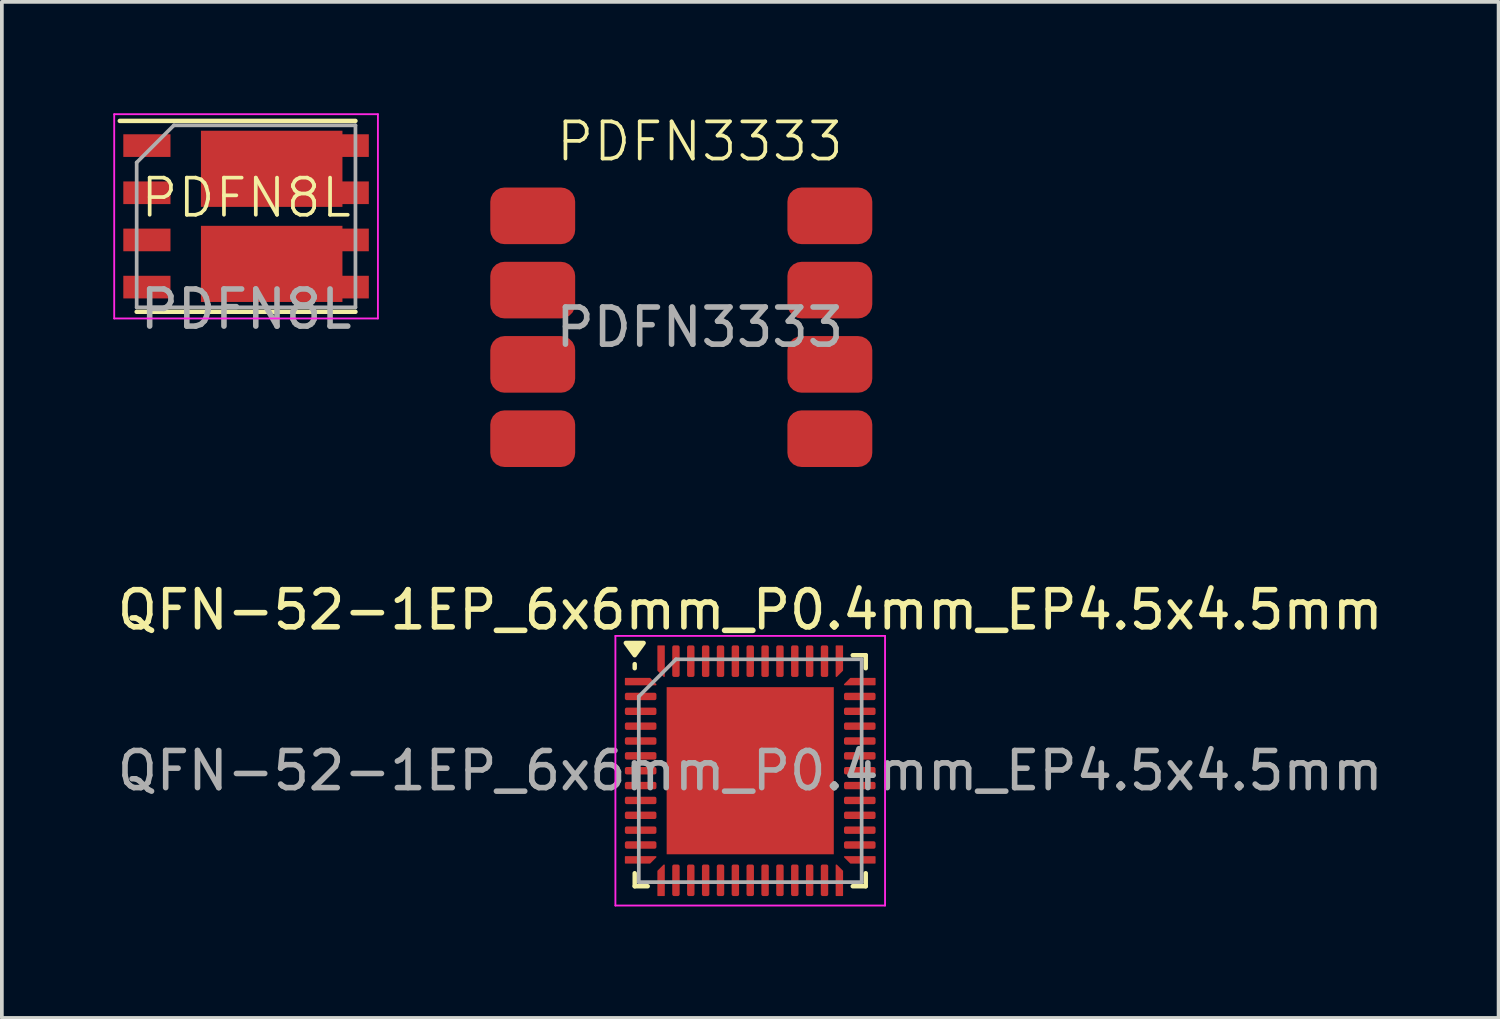
<source format=kicad_pcb>
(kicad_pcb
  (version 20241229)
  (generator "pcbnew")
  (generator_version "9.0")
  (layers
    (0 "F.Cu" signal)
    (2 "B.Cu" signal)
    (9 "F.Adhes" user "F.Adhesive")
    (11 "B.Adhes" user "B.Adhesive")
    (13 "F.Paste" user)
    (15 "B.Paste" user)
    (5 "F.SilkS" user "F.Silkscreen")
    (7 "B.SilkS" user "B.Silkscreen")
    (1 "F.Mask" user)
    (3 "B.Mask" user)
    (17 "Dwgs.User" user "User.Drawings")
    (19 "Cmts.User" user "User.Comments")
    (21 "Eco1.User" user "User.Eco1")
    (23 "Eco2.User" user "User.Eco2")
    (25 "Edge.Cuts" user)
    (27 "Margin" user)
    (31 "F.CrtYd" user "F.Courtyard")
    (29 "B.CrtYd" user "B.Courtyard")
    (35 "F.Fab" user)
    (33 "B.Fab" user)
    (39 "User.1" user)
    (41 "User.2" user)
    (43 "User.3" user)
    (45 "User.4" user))
  (footprint "PDFN8L"
    (layer "F.Cu")
    (at 3.575 2.775)
    (property "Reference" "PDFN8L" (at 0 -0.5 0) (unlocked yes) (layer "F.SilkS") (effects (font (size 1 1) (thickness 0.1))))
    (attr smd)
    (fp_line (start -3.4 -2.57) (end 2.945 -2.57) (stroke (width 0.12) (type solid)) (layer "F.SilkS"))
    (fp_line (start -2.945 2.57) (end 2.945 2.57) (stroke (width 0.12) (type solid)) (layer "F.SilkS"))
    (fp_line (start -3.55 -2.75) (end -3.55 2.75) (stroke (width 0.05) (type solid)) (layer "F.CrtYd"))
    (fp_line (start -3.55 -2.75) (end 3.55 -2.75) (stroke (width 0.05) (type solid)) (layer "F.CrtYd"))
    (fp_line (start -3.55 2.75) (end 3.55 2.75) (stroke (width 0.05) (type solid)) (layer "F.CrtYd"))
    (fp_line (start 3.55 -2.75) (end 3.55 2.75) (stroke (width 0.05) (type solid)) (layer "F.CrtYd"))
    (fp_line (start -2.945 2.45) (end -2.945 -1.45) (stroke (width 0.1) (type solid)) (layer "F.Fab"))
    (fp_line (start -1.945 -2.45) (end -2.945 -1.45) (stroke (width 0.1) (type solid)) (layer "F.Fab"))
    (fp_line (start -1.945 -2.45) (end 2.945 -2.45) (stroke (width 0.1) (type solid)) (layer "F.Fab"))
    (fp_line (start 2.945 -2.45) (end 2.945 2.45) (stroke (width 0.1) (type solid)) (layer "F.Fab"))
    (fp_line (start 2.945 2.45) (end -2.945 2.45) (stroke (width 0.1) (type solid)) (layer "F.Fab"))
    (fp_text user "${REFERENCE}" (at 0 2.5 0) (unlocked yes) (layer "F.Fab") (effects (font (size 1 1) (thickness 0.15))))
    (pad "1" smd rect (at -2.67 -1.905) (size 1.27 0.61) (layers "F.Cu" "F.Mask" "F.Paste"))
    (pad "2" smd rect (at -2.67 -0.635) (size 1.27 0.61) (layers "F.Cu" "F.Mask" "F.Paste"))
    (pad "3" smd rect (at -2.67 0.635) (size 1.27 0.61) (layers "F.Cu" "F.Mask" "F.Paste"))
    (pad "4" smd rect (at -2.67 1.905) (size 1.27 0.61) (layers "F.Cu" "F.Mask" "F.Paste"))
    (pad "5" smd rect (at 0.69 -1.28) (size 3.81 2.05) (layers "F.Cu" "F.Mask" "F.Paste"))
    (pad "5" smd rect (at 2.795 -1.905) (size 1.02 0.61) (layers "F.Cu" "F.Mask" "F.Paste"))
    (pad "5" smd rect (at 2.795 -0.635) (size 1.02 0.61) (layers "F.Cu" "F.Mask" "F.Paste"))
    (pad "6" smd rect (at 0.69 1.28) (size 3.81 2.05) (layers "F.Cu" "F.Mask" "F.Paste"))
    (pad "6" smd rect (at 2.795 0.635) (size 1.02 0.61) (layers "F.Cu" "F.Mask" "F.Paste"))
    (pad "6" smd rect (at 2.795 1.905) (size 1.02 0.61) (layers "F.Cu" "F.Mask" "F.Paste")))
  (footprint "QFN-52-1EP_6x6mm_P0.4mm_EP4.5x4.5mm"
    (layer "F.Cu")
    (at 17.149 17.701)
    (property "Reference" "QFN-52-1EP_6x6mm_P0.4mm_EP4.5x4.5mm" (at 0 -4.33 0) (layer "F.SilkS") (effects (font (size 1 1) (thickness 0.15))))
    (attr smd)
    (fp_line (start -3.11 -2.76) (end -3.11 -2.87) (stroke (width 0.12) (type solid)) (layer "F.SilkS"))
    (fp_line (start -3.11 3.11) (end -3.11 2.76) (stroke (width 0.12) (type solid)) (layer "F.SilkS"))
    (fp_line (start -2.76 3.11) (end -3.11 3.11) (stroke (width 0.12) (type solid)) (layer "F.SilkS"))
    (fp_line (start 2.76 -3.11) (end 3.11 -3.11) (stroke (width 0.12) (type solid)) (layer "F.SilkS"))
    (fp_line (start 2.76 3.11) (end 3.11 3.11) (stroke (width 0.12) (type solid)) (layer "F.SilkS"))
    (fp_line (start 3.11 -3.11) (end 3.11 -2.76) (stroke (width 0.12) (type solid)) (layer "F.SilkS"))
    (fp_line (start 3.11 3.11) (end 3.11 2.76) (stroke (width 0.12) (type solid)) (layer "F.SilkS"))
    (fp_poly (pts (xy -3.11 -3.11) (xy -3.35 -3.44) (xy -2.87 -3.44) (xy -3.11 -3.11)) (stroke (width 0.12) (type solid)) (fill yes) (layer "F.SilkS"))
    (fp_line (start -3.63 -3.63) (end -3.63 3.63) (stroke (width 0.05) (type solid)) (layer "F.CrtYd"))
    (fp_line (start -3.63 3.63) (end 3.63 3.63) (stroke (width 0.05) (type solid)) (layer "F.CrtYd"))
    (fp_line (start 3.63 -3.63) (end -3.63 -3.63) (stroke (width 0.05) (type solid)) (layer "F.CrtYd"))
    (fp_line (start 3.63 3.63) (end 3.63 -3.63) (stroke (width 0.05) (type solid)) (layer "F.CrtYd"))
    (fp_line (start -3 -2) (end -2 -3) (stroke (width 0.1) (type solid)) (layer "F.Fab"))
    (fp_line (start -3 3) (end -3 -2) (stroke (width 0.1) (type solid)) (layer "F.Fab"))
    (fp_line (start -2 -3) (end 3 -3) (stroke (width 0.1) (type solid)) (layer "F.Fab"))
    (fp_line (start 3 -3) (end 3 3) (stroke (width 0.1) (type solid)) (layer "F.Fab"))
    (fp_line (start 3 3) (end -3 3) (stroke (width 0.1) (type solid)) (layer "F.Fab"))
    (fp_text user "${REFERENCE}" (at 0 0 0) (layer "F.Fab") (effects (font (size 1 1) (thickness 0.15))))
    (pad "" smd roundrect (at -1.5 -1.5) (size 1.21 1.21) (layers "F.Paste") (roundrect_rratio 0.207))
    (pad "" smd roundrect (at -1.5 0) (size 1.21 1.21) (layers "F.Paste") (roundrect_rratio 0.207))
    (pad "" smd roundrect (at -1.5 1.5) (size 1.21 1.21) (layers "F.Paste") (roundrect_rratio 0.207))
    (pad "" smd roundrect (at 0 -1.5) (size 1.21 1.21) (layers "F.Paste") (roundrect_rratio 0.207))
    (pad "" smd roundrect (at 0 0) (size 1.21 1.21) (layers "F.Paste") (roundrect_rratio 0.207))
    (pad "" smd roundrect (at 0 1.5) (size 1.21 1.21) (layers "F.Paste") (roundrect_rratio 0.207))
    (pad "" smd roundrect (at 1.5 -1.5) (size 1.21 1.21) (layers "F.Paste") (roundrect_rratio 0.207))
    (pad "" smd roundrect (at 1.5 0) (size 1.21 1.21) (layers "F.Paste") (roundrect_rratio 0.207))
    (pad "" smd roundrect (at 1.5 1.5) (size 1.21 1.21) (layers "F.Paste") (roundrect_rratio 0.207))
    (pad "1" smd custom (at -2.95 -2.4) (size 0.08 0.08) (layers "F.Cu" "F.Mask" "F.Paste") (options (anchor circle)) (primitives (gr_poly (pts (xy -0.41 -0.085) (xy 0.249 -0.085) (xy 0.41 0.076) (xy 0.41 0.085) (xy -0.41 0.085)) (width 0.03) (fill yes))))
    (pad "2" smd roundrect (at -2.95 -2) (size 0.85 0.2) (layers "F.Cu" "F.Mask" "F.Paste") (roundrect_rratio 0.25))
    (pad "3" smd roundrect (at -2.95 -1.6) (size 0.85 0.2) (layers "F.Cu" "F.Mask" "F.Paste") (roundrect_rratio 0.25))
    (pad "4" smd roundrect (at -2.95 -1.2) (size 0.85 0.2) (layers "F.Cu" "F.Mask" "F.Paste") (roundrect_rratio 0.25))
    (pad "5" smd roundrect (at -2.95 -0.8) (size 0.85 0.2) (layers "F.Cu" "F.Mask" "F.Paste") (roundrect_rratio 0.25))
    (pad "6" smd roundrect (at -2.95 -0.4) (size 0.85 0.2) (layers "F.Cu" "F.Mask" "F.Paste") (roundrect_rratio 0.25))
    (pad "7" smd roundrect (at -2.95 0) (size 0.85 0.2) (layers "F.Cu" "F.Mask" "F.Paste") (roundrect_rratio 0.25))
    (pad "8" smd roundrect (at -2.95 0.4) (size 0.85 0.2) (layers "F.Cu" "F.Mask" "F.Paste") (roundrect_rratio 0.25))
    (pad "9" smd roundrect (at -2.95 0.8) (size 0.85 0.2) (layers "F.Cu" "F.Mask" "F.Paste") (roundrect_rratio 0.25))
    (pad "10" smd roundrect (at -2.95 1.2) (size 0.85 0.2) (layers "F.Cu" "F.Mask" "F.Paste") (roundrect_rratio 0.25))
    (pad "11" smd roundrect (at -2.95 1.6) (size 0.85 0.2) (layers "F.Cu" "F.Mask" "F.Paste") (roundrect_rratio 0.25))
    (pad "12" smd roundrect (at -2.95 2) (size 0.85 0.2) (layers "F.Cu" "F.Mask" "F.Paste") (roundrect_rratio 0.25))
    (pad "13" smd custom (at -2.95 2.4) (size 0.08 0.08) (layers "F.Cu" "F.Mask" "F.Paste") (options (anchor circle)) (primitives (gr_poly (pts (xy -0.41 -0.085) (xy 0.41 -0.085) (xy 0.41 -0.076) (xy 0.249 0.085) (xy -0.41 0.085)) (width 0.03) (fill yes))))
    (pad "14" smd custom (at -2.4 2.95) (size 0.08 0.08) (layers "F.Cu" "F.Mask" "F.Paste") (options (anchor circle)) (primitives (gr_poly (pts (xy -0.085 -0.249) (xy 0.076 -0.41) (xy 0.085 -0.41) (xy 0.085 0.41) (xy -0.085 0.41)) (width 0.03) (fill yes))))
    (pad "15" smd roundrect (at -2 2.95) (size 0.2 0.85) (layers "F.Cu" "F.Mask" "F.Paste") (roundrect_rratio 0.25))
    (pad "16" smd roundrect (at -1.6 2.95) (size 0.2 0.85) (layers "F.Cu" "F.Mask" "F.Paste") (roundrect_rratio 0.25))
    (pad "17" smd roundrect (at -1.2 2.95) (size 0.2 0.85) (layers "F.Cu" "F.Mask" "F.Paste") (roundrect_rratio 0.25))
    (pad "18" smd roundrect (at -0.8 2.95) (size 0.2 0.85) (layers "F.Cu" "F.Mask" "F.Paste") (roundrect_rratio 0.25))
    (pad "19" smd roundrect (at -0.4 2.95) (size 0.2 0.85) (layers "F.Cu" "F.Mask" "F.Paste") (roundrect_rratio 0.25))
    (pad "20" smd roundrect (at 0 2.95) (size 0.2 0.85) (layers "F.Cu" "F.Mask" "F.Paste") (roundrect_rratio 0.25))
    (pad "21" smd roundrect (at 0.4 2.95) (size 0.2 0.85) (layers "F.Cu" "F.Mask" "F.Paste") (roundrect_rratio 0.25))
    (pad "22" smd roundrect (at 0.8 2.95) (size 0.2 0.85) (layers "F.Cu" "F.Mask" "F.Paste") (roundrect_rratio 0.25))
    (pad "23" smd roundrect (at 1.2 2.95) (size 0.2 0.85) (layers "F.Cu" "F.Mask" "F.Paste") (roundrect_rratio 0.25))
    (pad "24" smd roundrect (at 1.6 2.95) (size 0.2 0.85) (layers "F.Cu" "F.Mask" "F.Paste") (roundrect_rratio 0.25))
    (pad "25" smd roundrect (at 2 2.95) (size 0.2 0.85) (layers "F.Cu" "F.Mask" "F.Paste") (roundrect_rratio 0.25))
    (pad "26" smd custom (at 2.4 2.95) (size 0.08 0.08) (layers "F.Cu" "F.Mask" "F.Paste") (options (anchor circle)) (primitives (gr_poly (pts (xy -0.085 -0.41) (xy -0.076 -0.41) (xy 0.085 -0.249) (xy 0.085 0.41) (xy -0.085 0.41)) (width 0.03) (fill yes))))
    (pad "27" smd custom (at 2.95 2.4) (size 0.08 0.08) (layers "F.Cu" "F.Mask" "F.Paste") (options (anchor circle)) (primitives (gr_poly (pts (xy -0.41 -0.085) (xy 0.41 -0.085) (xy 0.41 0.085) (xy -0.249 0.085) (xy -0.41 -0.076)) (width 0.03) (fill yes))))
    (pad "28" smd roundrect (at 2.95 2) (size 0.85 0.2) (layers "F.Cu" "F.Mask" "F.Paste") (roundrect_rratio 0.25))
    (pad "29" smd roundrect (at 2.95 1.6) (size 0.85 0.2) (layers "F.Cu" "F.Mask" "F.Paste") (roundrect_rratio 0.25))
    (pad "30" smd roundrect (at 2.95 1.2) (size 0.85 0.2) (layers "F.Cu" "F.Mask" "F.Paste") (roundrect_rratio 0.25))
    (pad "31" smd roundrect (at 2.95 0.8) (size 0.85 0.2) (layers "F.Cu" "F.Mask" "F.Paste") (roundrect_rratio 0.25))
    (pad "32" smd roundrect (at 2.95 0.4) (size 0.85 0.2) (layers "F.Cu" "F.Mask" "F.Paste") (roundrect_rratio 0.25))
    (pad "33" smd roundrect (at 2.95 0) (size 0.85 0.2) (layers "F.Cu" "F.Mask" "F.Paste") (roundrect_rratio 0.25))
    (pad "34" smd roundrect (at 2.95 -0.4) (size 0.85 0.2) (layers "F.Cu" "F.Mask" "F.Paste") (roundrect_rratio 0.25))
    (pad "35" smd roundrect (at 2.95 -0.8) (size 0.85 0.2) (layers "F.Cu" "F.Mask" "F.Paste") (roundrect_rratio 0.25))
    (pad "36" smd roundrect (at 2.95 -1.2) (size 0.85 0.2) (layers "F.Cu" "F.Mask" "F.Paste") (roundrect_rratio 0.25))
    (pad "37" smd roundrect (at 2.95 -1.6) (size 0.85 0.2) (layers "F.Cu" "F.Mask" "F.Paste") (roundrect_rratio 0.25))
    (pad "38" smd roundrect (at 2.95 -2) (size 0.85 0.2) (layers "F.Cu" "F.Mask" "F.Paste") (roundrect_rratio 0.25))
    (pad "39" smd custom (at 2.95 -2.4) (size 0.08 0.08) (layers "F.Cu" "F.Mask" "F.Paste") (options (anchor circle)) (primitives (gr_poly (pts (xy -0.41 0.076) (xy -0.249 -0.085) (xy 0.41 -0.085) (xy 0.41 0.085) (xy -0.41 0.085)) (width 0.03) (fill yes))))
    (pad "40" smd custom (at 2.4 -2.95) (size 0.08 0.08) (layers "F.Cu" "F.Mask" "F.Paste") (options (anchor circle)) (primitives (gr_poly (pts (xy -0.085 -0.41) (xy 0.085 -0.41) (xy 0.085 0.249) (xy -0.076 0.41) (xy -0.085 0.41)) (width 0.03) (fill yes))))
    (pad "41" smd roundrect (at 2 -2.95) (size 0.2 0.85) (layers "F.Cu" "F.Mask" "F.Paste") (roundrect_rratio 0.25))
    (pad "42" smd roundrect (at 1.6 -2.95) (size 0.2 0.85) (layers "F.Cu" "F.Mask" "F.Paste") (roundrect_rratio 0.25))
    (pad "43" smd roundrect (at 1.2 -2.95) (size 0.2 0.85) (layers "F.Cu" "F.Mask" "F.Paste") (roundrect_rratio 0.25))
    (pad "44" smd roundrect (at 0.8 -2.95) (size 0.2 0.85) (layers "F.Cu" "F.Mask" "F.Paste") (roundrect_rratio 0.25))
    (pad "45" smd roundrect (at 0.4 -2.95) (size 0.2 0.85) (layers "F.Cu" "F.Mask" "F.Paste") (roundrect_rratio 0.25))
    (pad "46" smd roundrect (at 0 -2.95) (size 0.2 0.85) (layers "F.Cu" "F.Mask" "F.Paste") (roundrect_rratio 0.25))
    (pad "47" smd roundrect (at -0.4 -2.95) (size 0.2 0.85) (layers "F.Cu" "F.Mask" "F.Paste") (roundrect_rratio 0.25))
    (pad "48" smd roundrect (at -0.8 -2.95) (size 0.2 0.85) (layers "F.Cu" "F.Mask" "F.Paste") (roundrect_rratio 0.25))
    (pad "49" smd roundrect (at -1.2 -2.95) (size 0.2 0.85) (layers "F.Cu" "F.Mask" "F.Paste") (roundrect_rratio 0.25))
    (pad "50" smd roundrect (at -1.6 -2.95) (size 0.2 0.85) (layers "F.Cu" "F.Mask" "F.Paste") (roundrect_rratio 0.25))
    (pad "51" smd roundrect (at -2 -2.95) (size 0.2 0.85) (layers "F.Cu" "F.Mask" "F.Paste") (roundrect_rratio 0.25))
    (pad "52" smd custom (at -2.4 -2.95) (size 0.08 0.08) (layers "F.Cu" "F.Mask" "F.Paste") (options (anchor circle)) (primitives (gr_poly (pts (xy -0.085 -0.41) (xy 0.085 -0.41) (xy 0.085 0.41) (xy 0.076 0.41) (xy -0.085 0.249)) (width 0.03) (fill yes))))
    (pad "53" smd rect (at 0 0) (size 4.5 4.5) (property pad_prop_heatsink) (layers "F.Cu" "F.Mask")))
  (footprint "PDFN3333"
    (layer "F.Cu")
    (at 15.793 5.761)
    (property "Reference" "PDFN3333" (at 0 -5 0) (unlocked yes) (layer "F.SilkS") (effects (font (size 1 1) (thickness 0.1))))
    (attr smd)
    (fp_text user "${REFERENCE}" (at 0 0 0) (unlocked yes) (layer "F.Fab") (effects (font (size 1 1) (thickness 0.15))))
    (pad "1" smd roundrect (at -4.5 -3) (size 2.286 1.524) (layers "F.Cu" "F.Mask" "F.Paste") (roundrect_rratio 0.25))
    (pad "2" smd roundrect (at -4.5 -1) (size 2.286 1.524) (layers "F.Cu" "F.Mask" "F.Paste") (roundrect_rratio 0.25))
    (pad "3" smd roundrect (at -4.5 1) (size 2.286 1.524) (layers "F.Cu" "F.Mask" "F.Paste") (roundrect_rratio 0.25))
    (pad "4" smd roundrect (at -4.5 3) (size 2.286 1.524) (layers "F.Cu" "F.Mask" "F.Paste") (roundrect_rratio 0.25))
    (pad "5" smd roundrect (at 3.5 -3) (size 2.286 1.524) (layers "F.Cu" "F.Mask" "F.Paste") (roundrect_rratio 0.25))
    (pad "6" smd roundrect (at 3.5 -1) (size 2.286 1.524) (layers "F.Cu" "F.Mask" "F.Paste") (roundrect_rratio 0.25))
    (pad "7" smd roundrect (at 3.5 1) (size 2.286 1.524) (layers "F.Cu" "F.Mask" "F.Paste") (roundrect_rratio 0.25))
    (pad "8" smd roundrect (at 3.5 3) (size 2.286 1.524) (layers "F.Cu" "F.Mask" "F.Paste") (roundrect_rratio 0.25)))
  (gr_rect
    (start -3 -3)
    (end 37.298 24.356)
    (stroke (width 0.1) (type default))
    (fill no)
    (layer "Edge.Cuts")))
</source>
